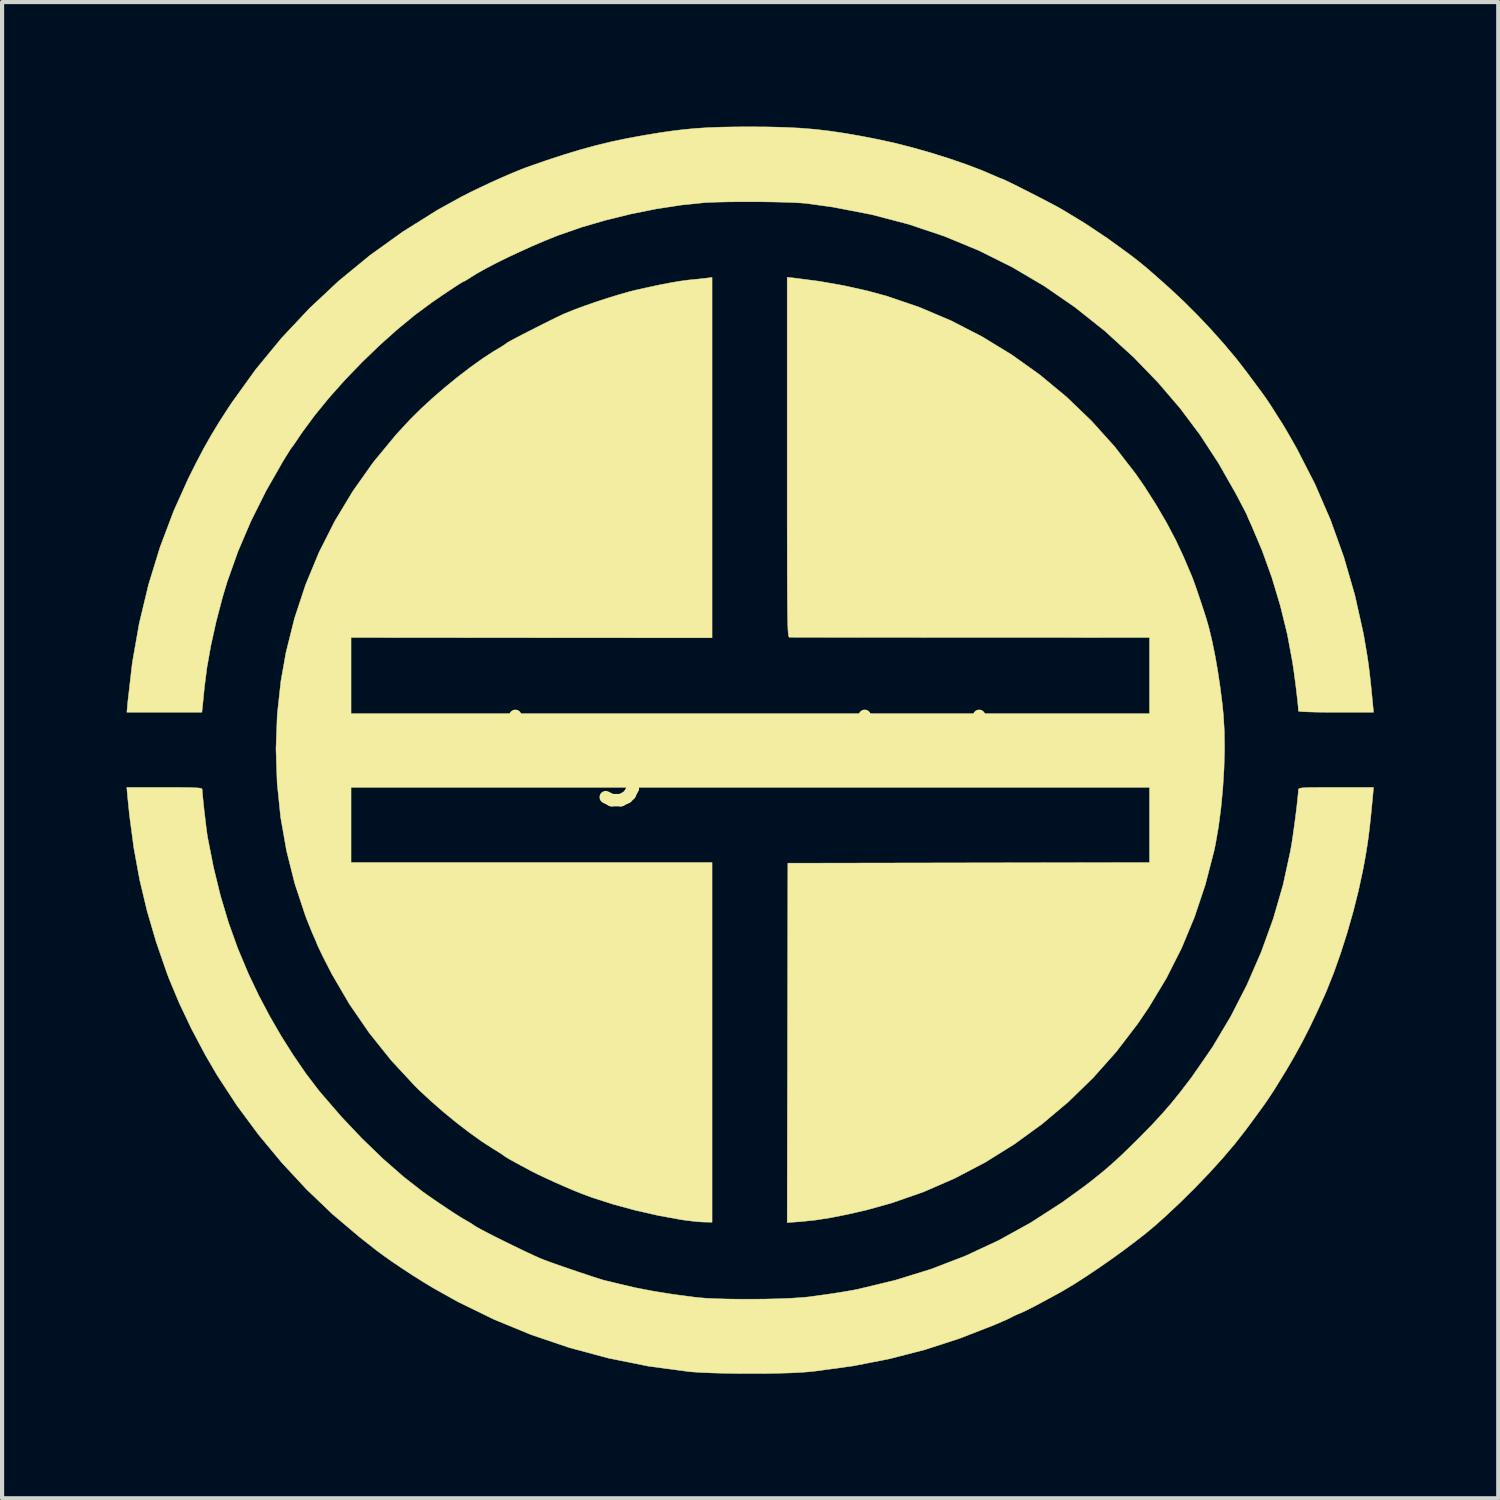
<source format=kicad_pcb>
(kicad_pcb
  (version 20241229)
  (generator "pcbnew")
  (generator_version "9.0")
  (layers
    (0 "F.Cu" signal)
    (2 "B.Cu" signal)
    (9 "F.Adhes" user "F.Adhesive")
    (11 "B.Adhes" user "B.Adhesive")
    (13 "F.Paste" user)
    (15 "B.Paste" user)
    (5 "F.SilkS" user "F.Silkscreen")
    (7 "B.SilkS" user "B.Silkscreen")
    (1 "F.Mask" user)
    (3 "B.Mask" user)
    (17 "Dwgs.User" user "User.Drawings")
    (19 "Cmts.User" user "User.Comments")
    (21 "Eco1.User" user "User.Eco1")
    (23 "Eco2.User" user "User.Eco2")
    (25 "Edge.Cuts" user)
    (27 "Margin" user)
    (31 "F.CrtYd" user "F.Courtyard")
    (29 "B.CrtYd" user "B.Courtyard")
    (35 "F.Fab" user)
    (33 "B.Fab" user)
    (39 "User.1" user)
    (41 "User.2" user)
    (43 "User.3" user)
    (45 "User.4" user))
  (footprint "logo robot"
    (layer "F.Cu")
    (at 15.029 15.034)
    (property "Reference" "logo robot" (at 0 0 0) (layer "F.SilkS") (effects (font (size 1.524 1.524) (thickness 0.3))))
    (attr through_hole)
    (fp_poly (pts (xy 1.072 -11.383) (xy 1.659 -11.307) (xy 2.246 -11.204) (xy 2.812 -11.078) (xy 3.279 -10.952) (xy 4.072 -10.682) (xy 4.842 -10.355) (xy 5.585 -9.972) (xy 6.298 -9.537) (xy 6.977 -9.052) (xy 7.619 -8.52) (xy 8.221 -7.942) (xy 8.779 -7.322) (xy 9.29 -6.661) (xy 9.503 -6.353) (xy 9.776 -5.924) (xy 10.028 -5.493) (xy 10.249 -5.075) (xy 10.433 -4.683) (xy 10.46 -4.62) (xy 10.52 -4.479) (xy 10.577 -4.345) (xy 10.622 -4.24) (xy 10.636 -4.207) (xy 10.668 -4.126) (xy 10.715 -3.995) (xy 10.774 -3.826) (xy 10.841 -3.628) (xy 10.912 -3.413) (xy 10.983 -3.192) (xy 10.984 -3.191) (xy 11.058 -2.931) (xy 11.131 -2.62) (xy 11.202 -2.271) (xy 11.267 -1.895) (xy 11.325 -1.506) (xy 11.374 -1.116) (xy 11.4 -0.857) (xy 11.423 -0.465) (xy 11.428 -0.029) (xy 11.415 0.435) (xy 11.386 0.913) (xy 11.341 1.386) (xy 11.282 1.84) (xy 11.209 2.259) (xy 11.177 2.413) (xy 10.965 3.232) (xy 10.704 4.013) (xy 10.393 4.762) (xy 10.028 5.484) (xy 9.606 6.185) (xy 9.329 6.593) (xy 8.819 7.259) (xy 8.263 7.884) (xy 7.666 8.465) (xy 7.031 9) (xy 6.361 9.487) (xy 5.66 9.924) (xy 4.93 10.307) (xy 4.176 10.636) (xy 3.4 10.906) (xy 2.81 11.07) (xy 2.35 11.176) (xy 1.938 11.258) (xy 1.564 11.316) (xy 1.219 11.352) (xy 1.167 11.356) (xy 0.889 11.375) (xy 0.897 7.045) (xy 0.905 2.715) (xy 5.263 2.707) (xy 9.62 2.699) (xy 9.62 0.889) (xy -9.62 0.889) (xy -9.62 2.699) (xy -0.921 2.699) (xy -0.921 11.367) (xy -1.119 11.363) (xy -1.237 11.357) (xy -1.393 11.341) (xy -1.563 11.32) (xy -1.667 11.305) (xy -2.217 11.205) (xy -2.765 11.081) (xy -3.295 10.937) (xy -3.79 10.779) (xy -4.064 10.678) (xy -4.25 10.603) (xy -4.464 10.512) (xy -4.689 10.413) (xy -4.908 10.313) (xy -5.107 10.219) (xy -5.267 10.139) (xy -5.302 10.12) (xy -5.505 10.011) (xy -5.659 9.928) (xy -5.771 9.866) (xy -5.849 9.821) (xy -5.901 9.789) (xy -5.933 9.767) (xy -5.937 9.763) (xy -5.986 9.728) (xy -6.073 9.672) (xy -6.18 9.606) (xy -6.203 9.592) (xy -6.47 9.42) (xy -6.765 9.209) (xy -7.076 8.97) (xy -7.39 8.713) (xy -7.695 8.447) (xy -7.979 8.184) (xy -8.082 8.082) (xy -8.654 7.465) (xy -9.182 6.805) (xy -9.661 6.108) (xy -10.086 5.381) (xy -10.294 4.974) (xy -10.355 4.847) (xy -10.405 4.742) (xy -10.437 4.672) (xy -10.446 4.649) (xy -10.458 4.616) (xy -10.489 4.543) (xy -10.522 4.47) (xy -10.566 4.368) (xy -10.623 4.228) (xy -10.685 4.071) (xy -10.724 3.969) (xy -10.977 3.204) (xy -11.175 2.414) (xy -11.317 1.607) (xy -11.401 0.787) (xy -11.429 -0.037) (xy -11.399 -0.86) (xy -11.31 -1.676) (xy -11.189 -2.357) (xy -10.982 -3.187) (xy -10.716 -3.993) (xy -10.393 -4.773) (xy -10.013 -5.525) (xy -9.576 -6.25) (xy -9.084 -6.945) (xy -8.536 -7.609) (xy -8.192 -7.981) (xy -7.942 -8.229) (xy -7.66 -8.488) (xy -7.359 -8.748) (xy -7.05 -9) (xy -6.745 -9.234) (xy -6.454 -9.442) (xy -6.19 -9.614) (xy -6.114 -9.659) (xy -6.008 -9.723) (xy -5.924 -9.776) (xy -5.877 -9.81) (xy -5.873 -9.815) (xy -5.84 -9.836) (xy -5.761 -9.88) (xy -5.643 -9.943) (xy -5.496 -10.02) (xy -5.33 -10.105) (xy -5.154 -10.194) (xy -4.978 -10.283) (xy -4.811 -10.366) (xy -4.662 -10.439) (xy -4.541 -10.497) (xy -4.461 -10.533) (xy -4.245 -10.62) (xy -3.991 -10.714) (xy -3.713 -10.811) (xy -3.431 -10.903) (xy -3.16 -10.986) (xy -2.918 -11.055) (xy -2.762 -11.094) (xy -2.429 -11.168) (xy -2.146 -11.228) (xy -1.903 -11.274) (xy -1.69 -11.31) (xy -1.497 -11.336) (xy -1.365 -11.349) (xy -1.235 -11.362) (xy -1.111 -11.376) (xy -1.04 -11.384) (xy -0.921 -11.399) (xy -0.921 -2.715) (xy -5.271 -2.718) (xy -9.62 -2.722) (xy -9.62 -1.805) (xy -9.62 -0.889) (xy 9.62 -0.889) (xy 9.62 -2.722) (xy 5.31 -2.724) (xy 4.791 -2.724) (xy 4.29 -2.724) (xy 3.809 -2.725) (xy 3.352 -2.725) (xy 2.924 -2.725) (xy 2.527 -2.726) (xy 2.166 -2.726) (xy 1.845 -2.726) (xy 1.566 -2.727) (xy 1.334 -2.727) (xy 1.153 -2.727) (xy 1.026 -2.728) (xy 0.957 -2.728) (xy 0.945 -2.728) (xy 0.937 -2.731) (xy 0.93 -2.74) (xy 0.923 -2.76) (xy 0.918 -2.792) (xy 0.913 -2.841) (xy 0.908 -2.909) (xy 0.904 -3) (xy 0.901 -3.116) (xy 0.898 -3.261) (xy 0.896 -3.438) (xy 0.894 -3.649) (xy 0.893 -3.899) (xy 0.891 -4.19) (xy 0.891 -4.525) (xy 0.89 -4.907) (xy 0.889 -5.34) (xy 0.889 -5.827) (xy 0.889 -6.371) (xy 0.889 -6.974) (xy 0.889 -11.403) (xy 1.072 -11.383)) (stroke (width 0.01) (type solid)) (fill yes) (layer "F.SilkS"))
    (fp_poly (pts (xy 0.423 -15.026) (xy 0.83 -15.016) (xy 1.204 -14.997) (xy 1.562 -14.968) (xy 1.918 -14.926) (xy 2.289 -14.871) (xy 2.689 -14.801) (xy 3.064 -14.728) (xy 3.475 -14.638) (xy 3.907 -14.528) (xy 4.348 -14.403) (xy 4.782 -14.267) (xy 5.195 -14.125) (xy 5.572 -13.982) (xy 5.867 -13.856) (xy 5.96 -13.815) (xy 6.028 -13.787) (xy 6.051 -13.78) (xy 6.088 -13.766) (xy 6.172 -13.727) (xy 6.293 -13.668) (xy 6.443 -13.594) (xy 6.612 -13.508) (xy 6.792 -13.417) (xy 6.972 -13.325) (xy 7.143 -13.236) (xy 7.298 -13.155) (xy 7.425 -13.086) (xy 7.509 -13.039) (xy 8.06 -12.705) (xy 8.606 -12.341) (xy 9.096 -11.986) (xy 9.218 -11.894) (xy 9.328 -11.809) (xy 9.432 -11.725) (xy 9.542 -11.634) (xy 9.665 -11.528) (xy 9.811 -11.4) (xy 9.989 -11.242) (xy 10.128 -11.117) (xy 10.445 -10.82) (xy 10.776 -10.49) (xy 11.106 -10.14) (xy 11.423 -9.784) (xy 11.714 -9.437) (xy 11.961 -9.118) (xy 12.071 -8.969) (xy 12.179 -8.824) (xy 12.273 -8.697) (xy 12.343 -8.603) (xy 12.353 -8.588) (xy 12.436 -8.472) (xy 12.527 -8.336) (xy 12.589 -8.239) (xy 12.669 -8.112) (xy 12.754 -7.978) (xy 12.811 -7.89) (xy 12.861 -7.808) (xy 12.935 -7.683) (xy 13.023 -7.53) (xy 13.118 -7.362) (xy 13.178 -7.256) (xy 13.605 -6.422) (xy 13.981 -5.555) (xy 14.302 -4.661) (xy 14.568 -3.743) (xy 14.776 -2.808) (xy 14.856 -2.341) (xy 14.881 -2.177) (xy 14.904 -2.013) (xy 14.925 -1.837) (xy 14.948 -1.636) (xy 14.972 -1.398) (xy 15 -1.109) (xy 15.002 -1.087) (xy 15.018 -0.921) (xy 14.113 -0.921) (xy 13.873 -0.922) (xy 13.658 -0.924) (xy 13.477 -0.929) (xy 13.337 -0.934) (xy 13.245 -0.941) (xy 13.208 -0.948) (xy 13.208 -0.949) (xy 13.204 -1.027) (xy 13.192 -1.155) (xy 13.173 -1.32) (xy 13.151 -1.51) (xy 13.125 -1.711) (xy 13.098 -1.911) (xy 13.07 -2.097) (xy 13.066 -2.127) (xy 12.941 -2.799) (xy 12.773 -3.484) (xy 12.569 -4.164) (xy 12.333 -4.82) (xy 12.077 -5.424) (xy 12.027 -5.533) (xy 11.99 -5.618) (xy 11.971 -5.665) (xy 11.97 -5.669) (xy 11.956 -5.7) (xy 11.916 -5.778) (xy 11.856 -5.893) (xy 11.78 -6.038) (xy 11.695 -6.199) (xy 11.282 -6.924) (xy 10.841 -7.601) (xy 10.361 -8.242) (xy 9.835 -8.857) (xy 9.255 -9.458) (xy 9.229 -9.483) (xy 8.544 -10.108) (xy 7.83 -10.676) (xy 7.088 -11.189) (xy 6.315 -11.645) (xy 5.513 -12.045) (xy 4.68 -12.39) (xy 3.817 -12.68) (xy 2.922 -12.914) (xy 1.997 -13.093) (xy 1.365 -13.181) (xy 1.231 -13.193) (xy 1.045 -13.203) (xy 0.817 -13.211) (xy 0.559 -13.217) (xy 0.283 -13.221) (xy -0.002 -13.222) (xy -0.283 -13.222) (xy -0.549 -13.219) (xy -0.79 -13.214) (xy -0.994 -13.207) (xy -1.108 -13.2) (xy -1.671 -13.142) (xy -2.266 -13.05) (xy -2.876 -12.928) (xy -3.482 -12.779) (xy -4.066 -12.609) (xy -4.609 -12.42) (xy -4.683 -12.392) (xy -4.965 -12.278) (xy -5.262 -12.151) (xy -5.561 -12.015) (xy -5.854 -11.878) (xy -6.129 -11.742) (xy -6.375 -11.613) (xy -6.584 -11.497) (xy -6.742 -11.398) (xy -6.825 -11.345) (xy -6.886 -11.31) (xy -6.905 -11.303) (xy -6.939 -11.286) (xy -7.017 -11.238) (xy -7.131 -11.164) (xy -7.271 -11.071) (xy -7.431 -10.964) (xy -7.6 -10.847) (xy -7.668 -10.801) (xy -8.08 -10.496) (xy -8.505 -10.147) (xy -8.933 -9.764) (xy -9.355 -9.357) (xy -9.762 -8.935) (xy -10.143 -8.508) (xy -10.489 -8.085) (xy -10.791 -7.677) (xy -10.883 -7.541) (xy -10.953 -7.437) (xy -11.009 -7.355) (xy -11.044 -7.308) (xy -11.049 -7.303) (xy -11.072 -7.271) (xy -11.12 -7.196) (xy -11.187 -7.089) (xy -11.261 -6.969) (xy -11.669 -6.255) (xy -12.032 -5.528) (xy -12.344 -4.798) (xy -12.602 -4.073) (xy -12.715 -3.699) (xy -12.871 -3.103) (xy -12.997 -2.534) (xy -13.092 -2.001) (xy -13.155 -1.512) (xy -13.158 -1.476) (xy -13.172 -1.331) (xy -13.188 -1.174) (xy -13.195 -1.103) (xy -13.214 -0.921) (xy -15.022 -0.921) (xy -15.002 -1.151) (xy -14.891 -2.115) (xy -14.724 -3.064) (xy -14.501 -3.993) (xy -14.223 -4.899) (xy -13.892 -5.775) (xy -13.547 -6.542) (xy -13.354 -6.928) (xy -13.173 -7.273) (xy -12.992 -7.593) (xy -12.801 -7.908) (xy -12.591 -8.234) (xy -12.488 -8.389) (xy -11.914 -9.186) (xy -11.293 -9.94) (xy -10.627 -10.649) (xy -9.917 -11.314) (xy -9.165 -11.931) (xy -8.373 -12.5) (xy -7.543 -13.02) (xy -6.97 -13.337) (xy -6.75 -13.449) (xy -6.502 -13.569) (xy -6.24 -13.692) (xy -5.979 -13.809) (xy -5.734 -13.915) (xy -5.518 -14.003) (xy -5.382 -14.055) (xy -4.909 -14.22) (xy -4.481 -14.36) (xy -4.084 -14.48) (xy -3.705 -14.583) (xy -3.331 -14.673) (xy -2.949 -14.753) (xy -2.546 -14.826) (xy -2.54 -14.827) (xy -2.195 -14.884) (xy -1.885 -14.929) (xy -1.596 -14.964) (xy -1.312 -14.99) (xy -1.021 -15.009) (xy -0.707 -15.021) (xy -0.355 -15.027) (xy -0.032 -15.029) (xy 0.423 -15.026)) (stroke (width 0.01) (type solid)) (fill yes) (layer "F.SilkS"))
    (fp_poly (pts (xy -13.846 0.889) (xy -13.634 0.891) (xy -13.473 0.894) (xy -13.356 0.899) (xy -13.277 0.905) (xy -13.231 0.914) (xy -13.211 0.926) (xy -13.208 0.933) (xy -13.204 0.997) (xy -13.194 1.11) (xy -13.179 1.259) (xy -13.161 1.428) (xy -13.14 1.604) (xy -13.12 1.774) (xy -13.101 1.922) (xy -13.086 2.036) (xy -13.079 2.08) (xy -12.935 2.811) (xy -12.768 3.495) (xy -12.574 4.144) (xy -12.349 4.771) (xy -12.09 5.388) (xy -11.846 5.899) (xy -11.586 6.392) (xy -11.305 6.879) (xy -11.009 7.347) (xy -10.709 7.784) (xy -10.412 8.175) (xy -10.336 8.267) (xy -9.851 8.828) (xy -9.353 9.354) (xy -8.85 9.839) (xy -8.35 10.276) (xy -7.906 10.623) (xy -7.785 10.709) (xy -7.639 10.811) (xy -7.477 10.922) (xy -7.312 11.032) (xy -7.156 11.135) (xy -7.019 11.223) (xy -6.913 11.288) (xy -6.858 11.319) (xy -6.754 11.379) (xy -6.655 11.444) (xy -6.652 11.447) (xy -6.59 11.485) (xy -6.481 11.545) (xy -6.334 11.622) (xy -6.159 11.712) (xy -5.966 11.808) (xy -5.763 11.908) (xy -5.562 12.005) (xy -5.372 12.096) (xy -5.202 12.175) (xy -5.063 12.237) (xy -4.969 12.275) (xy -4.855 12.317) (xy -4.705 12.371) (xy -4.53 12.432) (xy -4.339 12.498) (xy -4.145 12.564) (xy -3.957 12.626) (xy -3.787 12.683) (xy -3.644 12.729) (xy -3.541 12.761) (xy -3.487 12.775) (xy -3.422 12.789) (xy -3.316 12.815) (xy -3.189 12.846) (xy -3.159 12.854) (xy -2.767 12.945) (xy -2.325 13.03) (xy -1.849 13.106) (xy -1.354 13.171) (xy -1.27 13.181) (xy -1.081 13.197) (xy -0.842 13.209) (xy -0.565 13.217) (xy -0.263 13.221) (xy 0.052 13.221) (xy 0.368 13.218) (xy 0.672 13.211) (xy 0.951 13.2) (xy 1.194 13.185) (xy 1.388 13.168) (xy 1.413 13.165) (xy 1.706 13.125) (xy 1.987 13.085) (xy 2.243 13.044) (xy 2.46 13.007) (xy 2.588 12.982) (xy 3.486 12.766) (xy 4.348 12.5) (xy 5.178 12.181) (xy 5.979 11.808) (xy 6.757 11.378) (xy 7.514 10.89) (xy 8.017 10.526) (xy 8.232 10.362) (xy 8.421 10.211) (xy 8.597 10.064) (xy 8.771 9.911) (xy 8.953 9.742) (xy 9.154 9.548) (xy 9.387 9.317) (xy 9.415 9.289) (xy 9.683 9.015) (xy 9.921 8.758) (xy 10.144 8.501) (xy 10.366 8.226) (xy 10.602 7.917) (xy 10.658 7.842) (xy 11.138 7.146) (xy 11.576 6.411) (xy 11.968 5.645) (xy 12.312 4.855) (xy 12.603 4.05) (xy 12.838 3.237) (xy 13.015 2.424) (xy 13.045 2.254) (xy 13.069 2.098) (xy 13.095 1.914) (xy 13.122 1.717) (xy 13.148 1.517) (xy 13.171 1.328) (xy 13.189 1.162) (xy 13.202 1.033) (xy 13.208 0.951) (xy 13.208 0.945) (xy 13.212 0.928) (xy 13.228 0.916) (xy 13.262 0.906) (xy 13.323 0.899) (xy 13.415 0.894) (xy 13.547 0.891) (xy 13.725 0.89) (xy 13.956 0.889) (xy 14.113 0.889) (xy 15.018 0.889) (xy 15.003 1.056) (xy 14.972 1.382) (xy 14.945 1.657) (xy 14.918 1.894) (xy 14.892 2.104) (xy 14.864 2.299) (xy 14.833 2.492) (xy 14.797 2.695) (xy 14.76 2.889) (xy 14.656 3.373) (xy 14.529 3.878) (xy 14.384 4.387) (xy 14.226 4.884) (xy 14.059 5.355) (xy 13.889 5.782) (xy 13.836 5.905) (xy 13.648 6.318) (xy 13.471 6.687) (xy 13.296 7.031) (xy 13.111 7.367) (xy 12.91 7.712) (xy 12.681 8.084) (xy 12.643 8.145) (xy 12.577 8.248) (xy 12.515 8.343) (xy 12.45 8.439) (xy 12.376 8.545) (xy 12.286 8.67) (xy 12.175 8.822) (xy 12.036 9.011) (xy 11.929 9.155) (xy 11.681 9.472) (xy 11.39 9.815) (xy 11.066 10.173) (xy 10.718 10.536) (xy 10.355 10.895) (xy 9.988 11.239) (xy 9.743 11.457) (xy 9.528 11.636) (xy 9.272 11.836) (xy 8.989 12.049) (xy 8.689 12.265) (xy 8.384 12.477) (xy 8.087 12.676) (xy 7.81 12.854) (xy 7.564 13.002) (xy 7.474 13.053) (xy 7.211 13.197) (xy 6.997 13.312) (xy 6.826 13.403) (xy 6.691 13.472) (xy 6.586 13.523) (xy 6.504 13.559) (xy 6.493 13.563) (xy 6.398 13.603) (xy 6.326 13.637) (xy 6.302 13.651) (xy 6.263 13.672) (xy 6.176 13.713) (xy 6.055 13.766) (xy 5.91 13.828) (xy 5.874 13.844) (xy 5.039 14.169) (xy 4.202 14.44) (xy 3.352 14.659) (xy 2.478 14.83) (xy 1.57 14.954) (xy 1.413 14.971) (xy 1.218 14.986) (xy 0.972 14.998) (xy 0.686 15.006) (xy 0.373 15.012) (xy 0.045 15.013) (xy -0.287 15.012) (xy -0.61 15.007) (xy -0.912 14.999) (xy -1.182 14.988) (xy -1.407 14.973) (xy -1.492 14.965) (xy -2.459 14.835) (xy -3.414 14.643) (xy -4.354 14.391) (xy -5.274 14.08) (xy -6.171 13.711) (xy -7.043 13.285) (xy -7.636 12.954) (xy -7.869 12.813) (xy -8.119 12.656) (xy -8.37 12.492) (xy -8.611 12.33) (xy -8.826 12.179) (xy -9.004 12.047) (xy -9.049 12.013) (xy -9.164 11.921) (xy -9.301 11.814) (xy -9.428 11.713) (xy -9.43 11.712) (xy -10.069 11.171) (xy -10.691 10.576) (xy -11.286 9.936) (xy -11.848 9.259) (xy -12.37 8.554) (xy -12.845 7.828) (xy -13.133 7.334) (xy -13.466 6.705) (xy -13.757 6.093) (xy -14.002 5.508) (xy -14.056 5.366) (xy -14.318 4.607) (xy -14.536 3.862) (xy -14.714 3.115) (xy -14.854 2.351) (xy -14.96 1.553) (xy -15.004 1.119) (xy -15.024 0.889) (xy -14.116 0.889) (xy -13.846 0.889)) (stroke (width 0.01) (type solid)) (fill yes) (layer "F.SilkS")))
  (gr_rect
    (start -3 -3)
    (end 33.052 33.052)
    (stroke (width 0.1) (type default))
    (fill no)
    (layer "Edge.Cuts")))
</source>
